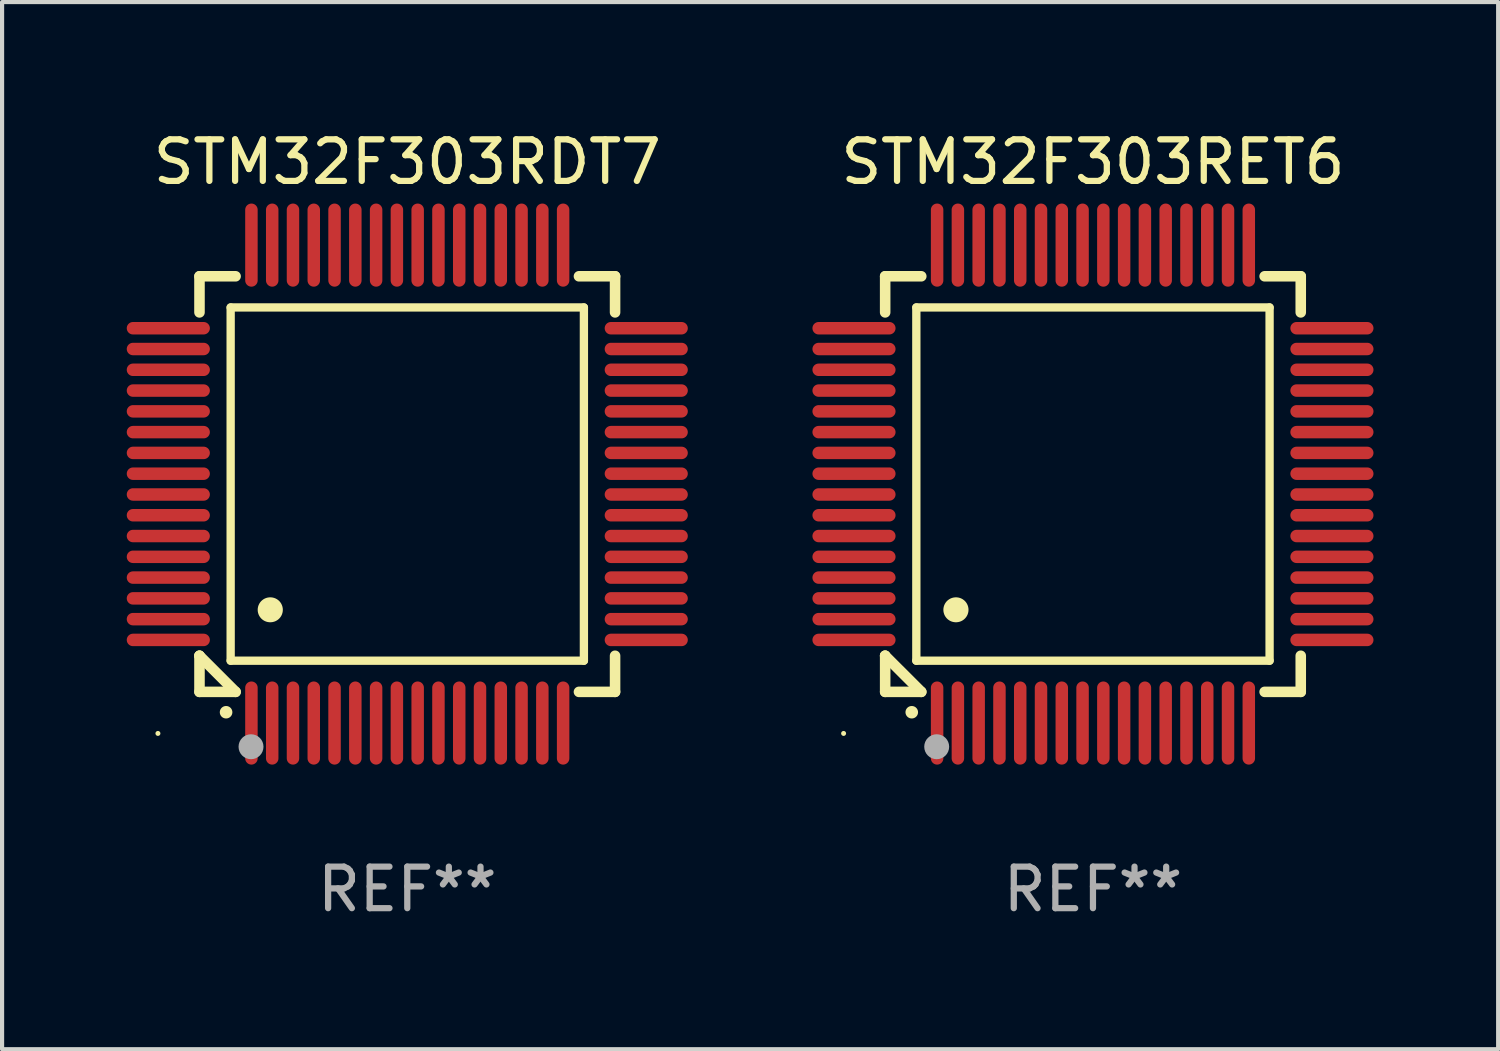
<source format=kicad_pcb>
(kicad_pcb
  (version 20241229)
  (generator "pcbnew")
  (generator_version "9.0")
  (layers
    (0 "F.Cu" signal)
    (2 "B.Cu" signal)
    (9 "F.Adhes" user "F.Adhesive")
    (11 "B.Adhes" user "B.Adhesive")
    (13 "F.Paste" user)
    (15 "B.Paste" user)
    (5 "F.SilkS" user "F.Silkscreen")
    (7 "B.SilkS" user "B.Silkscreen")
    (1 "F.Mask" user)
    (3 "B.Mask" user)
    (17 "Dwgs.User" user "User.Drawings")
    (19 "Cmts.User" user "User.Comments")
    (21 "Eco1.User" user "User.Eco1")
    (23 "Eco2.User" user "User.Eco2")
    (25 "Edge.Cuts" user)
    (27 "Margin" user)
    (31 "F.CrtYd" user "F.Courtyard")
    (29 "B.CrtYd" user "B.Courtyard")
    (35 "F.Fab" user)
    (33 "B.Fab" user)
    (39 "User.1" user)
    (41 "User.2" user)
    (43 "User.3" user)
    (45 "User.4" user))
  (footprint "STM32F303RET6"
    (layer "F.Cu")
    (at 23.249 8.598)
    (property "Reference" "STM32F303RET6" (at 0 -7.75 0) (layer "F.SilkS") (effects (font (size 1 1) (thickness 0.15))))
    (attr through_hole)
    (fp_line (start -5 -5) (end -4.131 -5) (stroke (width 0.254) (type solid)) (layer "F.SilkS"))
    (fp_line (start -5 -4.131) (end -5 -5) (stroke (width 0.254) (type solid)) (layer "F.SilkS"))
    (fp_line (start -5 4.131) (end -5 4.131) (stroke (width 0.254) (type solid)) (layer "F.SilkS"))
    (fp_line (start -5 5) (end -5 4.131) (stroke (width 0.254) (type solid)) (layer "F.SilkS"))
    (fp_line (start -5 4.131) (end -4.131 5) (stroke (width 0.254) (type solid)) (layer "F.SilkS"))
    (fp_line (start -4.25 -4.25) (end -4.25 4.25) (stroke (width 0.2) (type solid)) (layer "F.SilkS"))
    (fp_line (start -4.25 4.25) (end 4.25 4.25) (stroke (width 0.2) (type solid)) (layer "F.SilkS"))
    (fp_line (start -4.131 5) (end -5 5) (stroke (width 0.254) (type solid)) (layer "F.SilkS"))
    (fp_line (start 4.25 -4.25) (end -4.25 -4.25) (stroke (width 0.2) (type solid)) (layer "F.SilkS"))
    (fp_line (start 4.25 4.25) (end 4.25 -4.25) (stroke (width 0.2) (type solid)) (layer "F.SilkS"))
    (fp_line (start 5 -5) (end 4.131 -5) (stroke (width 0.254) (type solid)) (layer "F.SilkS"))
    (fp_line (start 5 -5) (end 5 -4.131) (stroke (width 0.254) (type solid)) (layer "F.SilkS"))
    (fp_line (start 5 4.131) (end 5 5) (stroke (width 0.254) (type solid)) (layer "F.SilkS"))
    (fp_line (start 5 5) (end 4.131 5) (stroke (width 0.254) (type solid)) (layer "F.SilkS"))
    (fp_arc (start -4.361265 5.489992) (mid -4.359995 5.489987) (end -4.358725 5.489992) (stroke (width 0.3) (type solid)) (layer "F.SilkS"))
    (fp_arc (start -3.299467 3.025146) (mid -3.296927 3.025135) (end -3.294387 3.025146) (stroke (width 0.6) (type solid)) (layer "F.SilkS"))
    (fp_circle (center -6 6) (end -5.97 6) (stroke (width 0.06) (type solid)) (fill no) (layer "F.SilkS"))
    (fp_circle (center -3.76 6.32) (end -3.61 6.32) (stroke (width 0.3) (type solid)) (fill no) (layer "F.Fab"))
    (fp_text user "REF**" (at 0 9.75 0) (layer "F.Fab") (effects (font (size 1 1) (thickness 0.15))))
    (pad "1" smd oval (at -3.75 5.75) (size 0.3 2) (layers "F.Cu" "F.Mask" "F.Paste"))
    (pad "2" smd oval (at -3.25 5.75) (size 0.3 2) (layers "F.Cu" "F.Mask" "F.Paste"))
    (pad "3" smd oval (at -2.75 5.75) (size 0.3 2) (layers "F.Cu" "F.Mask" "F.Paste"))
    (pad "4" smd oval (at -2.25 5.75) (size 0.3 2) (layers "F.Cu" "F.Mask" "F.Paste"))
    (pad "5" smd oval (at -1.75 5.75) (size 0.3 2) (layers "F.Cu" "F.Mask" "F.Paste"))
    (pad "6" smd oval (at -1.25 5.75) (size 0.3 2) (layers "F.Cu" "F.Mask" "F.Paste"))
    (pad "7" smd oval (at -0.75 5.75) (size 0.3 2) (layers "F.Cu" "F.Mask" "F.Paste"))
    (pad "8" smd oval (at -0.25 5.75) (size 0.3 2) (layers "F.Cu" "F.Mask" "F.Paste"))
    (pad "9" smd oval (at 0.25 5.75) (size 0.3 2) (layers "F.Cu" "F.Mask" "F.Paste"))
    (pad "10" smd oval (at 0.75 5.75) (size 0.3 2) (layers "F.Cu" "F.Mask" "F.Paste"))
    (pad "11" smd oval (at 1.25 5.75) (size 0.3 2) (layers "F.Cu" "F.Mask" "F.Paste"))
    (pad "12" smd oval (at 1.75 5.75) (size 0.3 2) (layers "F.Cu" "F.Mask" "F.Paste"))
    (pad "13" smd oval (at 2.25 5.75) (size 0.3 2) (layers "F.Cu" "F.Mask" "F.Paste"))
    (pad "14" smd oval (at 2.75 5.75) (size 0.3 2) (layers "F.Cu" "F.Mask" "F.Paste"))
    (pad "15" smd oval (at 3.25 5.75) (size 0.3 2) (layers "F.Cu" "F.Mask" "F.Paste"))
    (pad "16" smd oval (at 3.75 5.75) (size 0.3 2) (layers "F.Cu" "F.Mask" "F.Paste"))
    (pad "17" smd oval (at 5.75 3.75) (size 2 0.3) (layers "F.Cu" "F.Mask" "F.Paste"))
    (pad "18" smd oval (at 5.75 3.25) (size 2 0.3) (layers "F.Cu" "F.Mask" "F.Paste"))
    (pad "19" smd oval (at 5.75 2.75) (size 2 0.3) (layers "F.Cu" "F.Mask" "F.Paste"))
    (pad "20" smd oval (at 5.75 2.25) (size 2 0.3) (layers "F.Cu" "F.Mask" "F.Paste"))
    (pad "21" smd oval (at 5.75 1.75) (size 2 0.3) (layers "F.Cu" "F.Mask" "F.Paste"))
    (pad "22" smd oval (at 5.75 1.25) (size 2 0.3) (layers "F.Cu" "F.Mask" "F.Paste"))
    (pad "23" smd oval (at 5.75 0.75) (size 2 0.3) (layers "F.Cu" "F.Mask" "F.Paste"))
    (pad "24" smd oval (at 5.75 0.25) (size 2 0.3) (layers "F.Cu" "F.Mask" "F.Paste"))
    (pad "25" smd oval (at 5.75 -0.25) (size 2 0.3) (layers "F.Cu" "F.Mask" "F.Paste"))
    (pad "26" smd oval (at 5.75 -0.75) (size 2 0.3) (layers "F.Cu" "F.Mask" "F.Paste"))
    (pad "27" smd oval (at 5.75 -1.25) (size 2 0.3) (layers "F.Cu" "F.Mask" "F.Paste"))
    (pad "28" smd oval (at 5.75 -1.75) (size 2 0.3) (layers "F.Cu" "F.Mask" "F.Paste"))
    (pad "29" smd oval (at 5.75 -2.25) (size 2 0.3) (layers "F.Cu" "F.Mask" "F.Paste"))
    (pad "30" smd oval (at 5.75 -2.75) (size 2 0.3) (layers "F.Cu" "F.Mask" "F.Paste"))
    (pad "31" smd oval (at 5.75 -3.25) (size 2 0.3) (layers "F.Cu" "F.Mask" "F.Paste"))
    (pad "32" smd oval (at 5.75 -3.75) (size 2 0.3) (layers "F.Cu" "F.Mask" "F.Paste"))
    (pad "33" smd oval (at 3.75 -5.75) (size 0.3 2) (layers "F.Cu" "F.Mask" "F.Paste"))
    (pad "34" smd oval (at 3.25 -5.75) (size 0.3 2) (layers "F.Cu" "F.Mask" "F.Paste"))
    (pad "35" smd oval (at 2.75 -5.75) (size 0.3 2) (layers "F.Cu" "F.Mask" "F.Paste"))
    (pad "36" smd oval (at 2.25 -5.75) (size 0.3 2) (layers "F.Cu" "F.Mask" "F.Paste"))
    (pad "37" smd oval (at 1.75 -5.75) (size 0.3 2) (layers "F.Cu" "F.Mask" "F.Paste"))
    (pad "38" smd oval (at 1.25 -5.75) (size 0.3 2) (layers "F.Cu" "F.Mask" "F.Paste"))
    (pad "39" smd oval (at 0.75 -5.75) (size 0.3 2) (layers "F.Cu" "F.Mask" "F.Paste"))
    (pad "40" smd oval (at 0.25 -5.75) (size 0.3 2) (layers "F.Cu" "F.Mask" "F.Paste"))
    (pad "41" smd oval (at -0.25 -5.75) (size 0.3 2) (layers "F.Cu" "F.Mask" "F.Paste"))
    (pad "42" smd oval (at -0.75 -5.75) (size 0.3 2) (layers "F.Cu" "F.Mask" "F.Paste"))
    (pad "43" smd oval (at -1.25 -5.75) (size 0.3 2) (layers "F.Cu" "F.Mask" "F.Paste"))
    (pad "44" smd oval (at -1.75 -5.75) (size 0.3 2) (layers "F.Cu" "F.Mask" "F.Paste"))
    (pad "45" smd oval (at -2.25 -5.75) (size 0.3 2) (layers "F.Cu" "F.Mask" "F.Paste"))
    (pad "46" smd oval (at -2.75 -5.75) (size 0.3 2) (layers "F.Cu" "F.Mask" "F.Paste"))
    (pad "47" smd oval (at -3.25 -5.75) (size 0.3 2) (layers "F.Cu" "F.Mask" "F.Paste"))
    (pad "48" smd oval (at -3.75 -5.75) (size 0.3 2) (layers "F.Cu" "F.Mask" "F.Paste"))
    (pad "49" smd oval (at -5.75 -3.75) (size 2 0.3) (layers "F.Cu" "F.Mask" "F.Paste"))
    (pad "50" smd oval (at -5.75 -3.25) (size 2 0.3) (layers "F.Cu" "F.Mask" "F.Paste"))
    (pad "51" smd oval (at -5.75 -2.75) (size 2 0.3) (layers "F.Cu" "F.Mask" "F.Paste"))
    (pad "52" smd oval (at -5.75 -2.25) (size 2 0.3) (layers "F.Cu" "F.Mask" "F.Paste"))
    (pad "53" smd oval (at -5.75 -1.75) (size 2 0.3) (layers "F.Cu" "F.Mask" "F.Paste"))
    (pad "54" smd oval (at -5.75 -1.25) (size 2 0.3) (layers "F.Cu" "F.Mask" "F.Paste"))
    (pad "55" smd oval (at -5.75 -0.75) (size 2 0.3) (layers "F.Cu" "F.Mask" "F.Paste"))
    (pad "56" smd oval (at -5.75 -0.25) (size 2 0.3) (layers "F.Cu" "F.Mask" "F.Paste"))
    (pad "57" smd oval (at -5.75 0.25) (size 2 0.3) (layers "F.Cu" "F.Mask" "F.Paste"))
    (pad "58" smd oval (at -5.75 0.75) (size 2 0.3) (layers "F.Cu" "F.Mask" "F.Paste"))
    (pad "59" smd oval (at -5.75 1.25) (size 2 0.3) (layers "F.Cu" "F.Mask" "F.Paste"))
    (pad "60" smd oval (at -5.75 1.75) (size 2 0.3) (layers "F.Cu" "F.Mask" "F.Paste"))
    (pad "61" smd oval (at -5.75 2.25) (size 2 0.3) (layers "F.Cu" "F.Mask" "F.Paste"))
    (pad "62" smd oval (at -5.75 2.75) (size 2 0.3) (layers "F.Cu" "F.Mask" "F.Paste"))
    (pad "63" smd oval (at -5.75 3.25) (size 2 0.3) (layers "F.Cu" "F.Mask" "F.Paste"))
    (pad "64" smd oval (at -5.75 3.75) (size 2 0.3) (layers "F.Cu" "F.Mask" "F.Paste")))
  (footprint "STM32F303RDT7"
    (layer "F.Cu")
    (at 6.75 8.598)
    (property "Reference" "STM32F303RDT7" (at 0 -7.75 0) (layer "F.SilkS") (effects (font (size 1 1) (thickness 0.15))))
    (attr through_hole)
    (fp_line (start -5 -5) (end -4.131 -5) (stroke (width 0.254) (type solid)) (layer "F.SilkS"))
    (fp_line (start -5 -4.131) (end -5 -5) (stroke (width 0.254) (type solid)) (layer "F.SilkS"))
    (fp_line (start -5 4.131) (end -5 4.131) (stroke (width 0.254) (type solid)) (layer "F.SilkS"))
    (fp_line (start -5 5) (end -5 4.131) (stroke (width 0.254) (type solid)) (layer "F.SilkS"))
    (fp_line (start -5 4.131) (end -4.131 5) (stroke (width 0.254) (type solid)) (layer "F.SilkS"))
    (fp_line (start -4.25 -4.25) (end -4.25 4.25) (stroke (width 0.2) (type solid)) (layer "F.SilkS"))
    (fp_line (start -4.25 4.25) (end 4.25 4.25) (stroke (width 0.2) (type solid)) (layer "F.SilkS"))
    (fp_line (start -4.131 5) (end -5 5) (stroke (width 0.254) (type solid)) (layer "F.SilkS"))
    (fp_line (start 4.25 -4.25) (end -4.25 -4.25) (stroke (width 0.2) (type solid)) (layer "F.SilkS"))
    (fp_line (start 4.25 4.25) (end 4.25 -4.25) (stroke (width 0.2) (type solid)) (layer "F.SilkS"))
    (fp_line (start 5 -5) (end 4.131 -5) (stroke (width 0.254) (type solid)) (layer "F.SilkS"))
    (fp_line (start 5 -5) (end 5 -4.131) (stroke (width 0.254) (type solid)) (layer "F.SilkS"))
    (fp_line (start 5 4.131) (end 5 5) (stroke (width 0.254) (type solid)) (layer "F.SilkS"))
    (fp_line (start 5 5) (end 4.131 5) (stroke (width 0.254) (type solid)) (layer "F.SilkS"))
    (fp_arc (start -4.361265 5.489992) (mid -4.359995 5.489987) (end -4.358725 5.489992) (stroke (width 0.3) (type solid)) (layer "F.SilkS"))
    (fp_arc (start -3.299467 3.025146) (mid -3.296927 3.025135) (end -3.294387 3.025146) (stroke (width 0.6) (type solid)) (layer "F.SilkS"))
    (fp_circle (center -6 6) (end -5.97 6) (stroke (width 0.06) (type solid)) (fill no) (layer "F.SilkS"))
    (fp_circle (center -3.76 6.32) (end -3.61 6.32) (stroke (width 0.3) (type solid)) (fill no) (layer "F.Fab"))
    (fp_text user "REF**" (at 0 9.75 0) (layer "F.Fab") (effects (font (size 1 1) (thickness 0.15))))
    (pad "1" smd oval (at -3.75 5.75) (size 0.3 2) (layers "F.Cu" "F.Mask" "F.Paste"))
    (pad "2" smd oval (at -3.25 5.75) (size 0.3 2) (layers "F.Cu" "F.Mask" "F.Paste"))
    (pad "3" smd oval (at -2.75 5.75) (size 0.3 2) (layers "F.Cu" "F.Mask" "F.Paste"))
    (pad "4" smd oval (at -2.25 5.75) (size 0.3 2) (layers "F.Cu" "F.Mask" "F.Paste"))
    (pad "5" smd oval (at -1.75 5.75) (size 0.3 2) (layers "F.Cu" "F.Mask" "F.Paste"))
    (pad "6" smd oval (at -1.25 5.75) (size 0.3 2) (layers "F.Cu" "F.Mask" "F.Paste"))
    (pad "7" smd oval (at -0.75 5.75) (size 0.3 2) (layers "F.Cu" "F.Mask" "F.Paste"))
    (pad "8" smd oval (at -0.25 5.75) (size 0.3 2) (layers "F.Cu" "F.Mask" "F.Paste"))
    (pad "9" smd oval (at 0.25 5.75) (size 0.3 2) (layers "F.Cu" "F.Mask" "F.Paste"))
    (pad "10" smd oval (at 0.75 5.75) (size 0.3 2) (layers "F.Cu" "F.Mask" "F.Paste"))
    (pad "11" smd oval (at 1.25 5.75) (size 0.3 2) (layers "F.Cu" "F.Mask" "F.Paste"))
    (pad "12" smd oval (at 1.75 5.75) (size 0.3 2) (layers "F.Cu" "F.Mask" "F.Paste"))
    (pad "13" smd oval (at 2.25 5.75) (size 0.3 2) (layers "F.Cu" "F.Mask" "F.Paste"))
    (pad "14" smd oval (at 2.75 5.75) (size 0.3 2) (layers "F.Cu" "F.Mask" "F.Paste"))
    (pad "15" smd oval (at 3.25 5.75) (size 0.3 2) (layers "F.Cu" "F.Mask" "F.Paste"))
    (pad "16" smd oval (at 3.75 5.75) (size 0.3 2) (layers "F.Cu" "F.Mask" "F.Paste"))
    (pad "17" smd oval (at 5.75 3.75) (size 2 0.3) (layers "F.Cu" "F.Mask" "F.Paste"))
    (pad "18" smd oval (at 5.75 3.25) (size 2 0.3) (layers "F.Cu" "F.Mask" "F.Paste"))
    (pad "19" smd oval (at 5.75 2.75) (size 2 0.3) (layers "F.Cu" "F.Mask" "F.Paste"))
    (pad "20" smd oval (at 5.75 2.25) (size 2 0.3) (layers "F.Cu" "F.Mask" "F.Paste"))
    (pad "21" smd oval (at 5.75 1.75) (size 2 0.3) (layers "F.Cu" "F.Mask" "F.Paste"))
    (pad "22" smd oval (at 5.75 1.25) (size 2 0.3) (layers "F.Cu" "F.Mask" "F.Paste"))
    (pad "23" smd oval (at 5.75 0.75) (size 2 0.3) (layers "F.Cu" "F.Mask" "F.Paste"))
    (pad "24" smd oval (at 5.75 0.25) (size 2 0.3) (layers "F.Cu" "F.Mask" "F.Paste"))
    (pad "25" smd oval (at 5.75 -0.25) (size 2 0.3) (layers "F.Cu" "F.Mask" "F.Paste"))
    (pad "26" smd oval (at 5.75 -0.75) (size 2 0.3) (layers "F.Cu" "F.Mask" "F.Paste"))
    (pad "27" smd oval (at 5.75 -1.25) (size 2 0.3) (layers "F.Cu" "F.Mask" "F.Paste"))
    (pad "28" smd oval (at 5.75 -1.75) (size 2 0.3) (layers "F.Cu" "F.Mask" "F.Paste"))
    (pad "29" smd oval (at 5.75 -2.25) (size 2 0.3) (layers "F.Cu" "F.Mask" "F.Paste"))
    (pad "30" smd oval (at 5.75 -2.75) (size 2 0.3) (layers "F.Cu" "F.Mask" "F.Paste"))
    (pad "31" smd oval (at 5.75 -3.25) (size 2 0.3) (layers "F.Cu" "F.Mask" "F.Paste"))
    (pad "32" smd oval (at 5.75 -3.75) (size 2 0.3) (layers "F.Cu" "F.Mask" "F.Paste"))
    (pad "33" smd oval (at 3.75 -5.75) (size 0.3 2) (layers "F.Cu" "F.Mask" "F.Paste"))
    (pad "34" smd oval (at 3.25 -5.75) (size 0.3 2) (layers "F.Cu" "F.Mask" "F.Paste"))
    (pad "35" smd oval (at 2.75 -5.75) (size 0.3 2) (layers "F.Cu" "F.Mask" "F.Paste"))
    (pad "36" smd oval (at 2.25 -5.75) (size 0.3 2) (layers "F.Cu" "F.Mask" "F.Paste"))
    (pad "37" smd oval (at 1.75 -5.75) (size 0.3 2) (layers "F.Cu" "F.Mask" "F.Paste"))
    (pad "38" smd oval (at 1.25 -5.75) (size 0.3 2) (layers "F.Cu" "F.Mask" "F.Paste"))
    (pad "39" smd oval (at 0.75 -5.75) (size 0.3 2) (layers "F.Cu" "F.Mask" "F.Paste"))
    (pad "40" smd oval (at 0.25 -5.75) (size 0.3 2) (layers "F.Cu" "F.Mask" "F.Paste"))
    (pad "41" smd oval (at -0.25 -5.75) (size 0.3 2) (layers "F.Cu" "F.Mask" "F.Paste"))
    (pad "42" smd oval (at -0.75 -5.75) (size 0.3 2) (layers "F.Cu" "F.Mask" "F.Paste"))
    (pad "43" smd oval (at -1.25 -5.75) (size 0.3 2) (layers "F.Cu" "F.Mask" "F.Paste"))
    (pad "44" smd oval (at -1.75 -5.75) (size 0.3 2) (layers "F.Cu" "F.Mask" "F.Paste"))
    (pad "45" smd oval (at -2.25 -5.75) (size 0.3 2) (layers "F.Cu" "F.Mask" "F.Paste"))
    (pad "46" smd oval (at -2.75 -5.75) (size 0.3 2) (layers "F.Cu" "F.Mask" "F.Paste"))
    (pad "47" smd oval (at -3.25 -5.75) (size 0.3 2) (layers "F.Cu" "F.Mask" "F.Paste"))
    (pad "48" smd oval (at -3.75 -5.75) (size 0.3 2) (layers "F.Cu" "F.Mask" "F.Paste"))
    (pad "49" smd oval (at -5.75 -3.75) (size 2 0.3) (layers "F.Cu" "F.Mask" "F.Paste"))
    (pad "50" smd oval (at -5.75 -3.25) (size 2 0.3) (layers "F.Cu" "F.Mask" "F.Paste"))
    (pad "51" smd oval (at -5.75 -2.75) (size 2 0.3) (layers "F.Cu" "F.Mask" "F.Paste"))
    (pad "52" smd oval (at -5.75 -2.25) (size 2 0.3) (layers "F.Cu" "F.Mask" "F.Paste"))
    (pad "53" smd oval (at -5.75 -1.75) (size 2 0.3) (layers "F.Cu" "F.Mask" "F.Paste"))
    (pad "54" smd oval (at -5.75 -1.25) (size 2 0.3) (layers "F.Cu" "F.Mask" "F.Paste"))
    (pad "55" smd oval (at -5.75 -0.75) (size 2 0.3) (layers "F.Cu" "F.Mask" "F.Paste"))
    (pad "56" smd oval (at -5.75 -0.25) (size 2 0.3) (layers "F.Cu" "F.Mask" "F.Paste"))
    (pad "57" smd oval (at -5.75 0.25) (size 2 0.3) (layers "F.Cu" "F.Mask" "F.Paste"))
    (pad "58" smd oval (at -5.75 0.75) (size 2 0.3) (layers "F.Cu" "F.Mask" "F.Paste"))
    (pad "59" smd oval (at -5.75 1.25) (size 2 0.3) (layers "F.Cu" "F.Mask" "F.Paste"))
    (pad "60" smd oval (at -5.75 1.75) (size 2 0.3) (layers "F.Cu" "F.Mask" "F.Paste"))
    (pad "61" smd oval (at -5.75 2.25) (size 2 0.3) (layers "F.Cu" "F.Mask" "F.Paste"))
    (pad "62" smd oval (at -5.75 2.75) (size 2 0.3) (layers "F.Cu" "F.Mask" "F.Paste"))
    (pad "63" smd oval (at -5.75 3.25) (size 2 0.3) (layers "F.Cu" "F.Mask" "F.Paste"))
    (pad "64" smd oval (at -5.75 3.75) (size 2 0.3) (layers "F.Cu" "F.Mask" "F.Paste")))
  (gr_rect
    (start -3 -3)
    (end 32.999 22.196)
    (stroke (width 0.1) (type default))
    (fill no)
    (layer "Edge.Cuts")))
</source>
